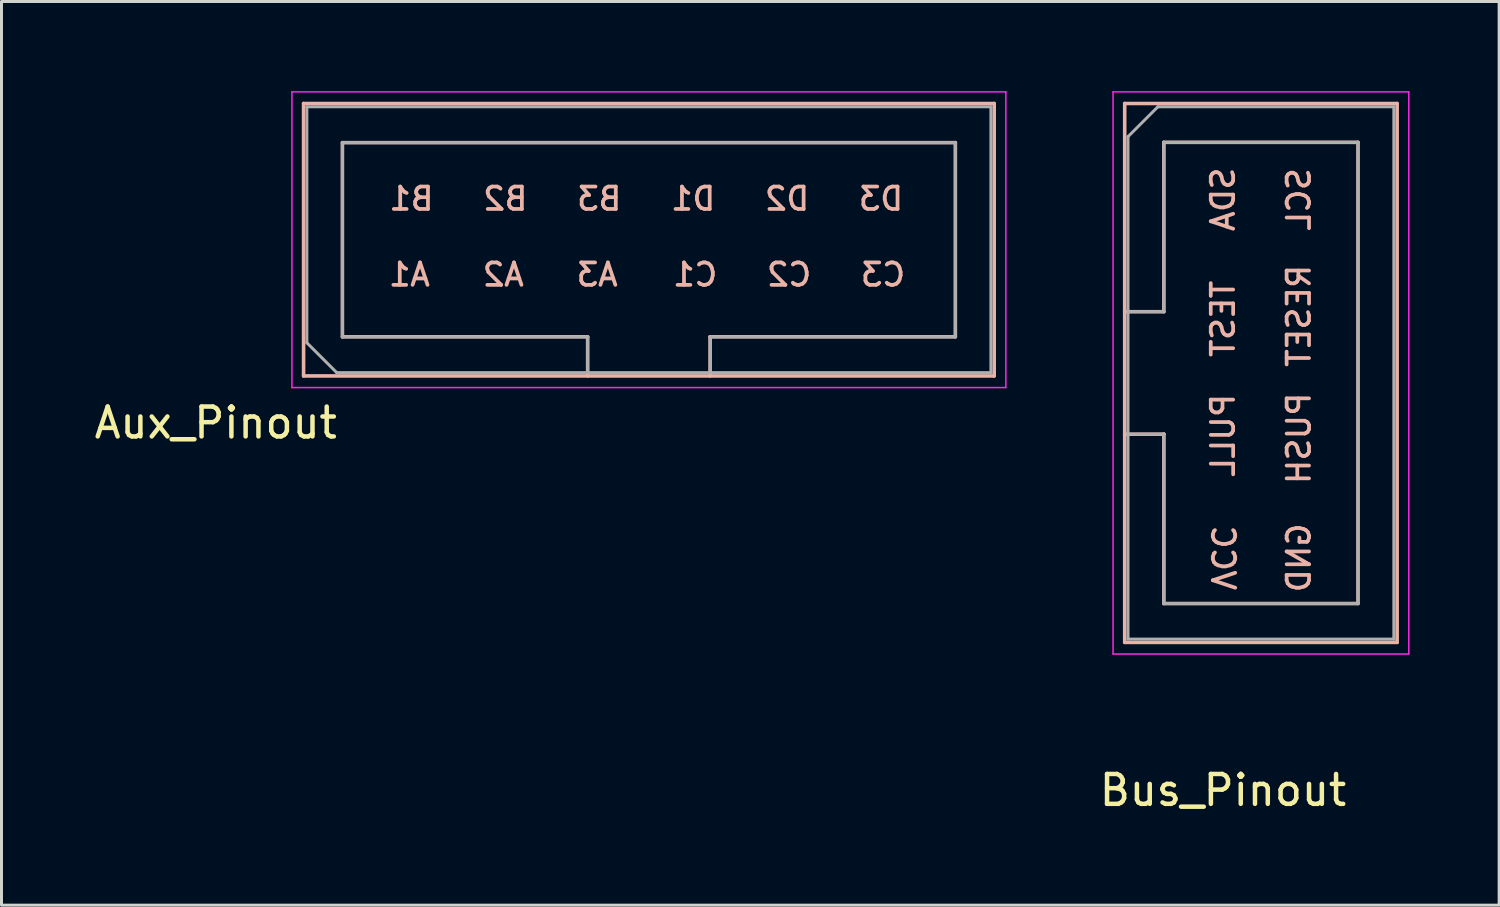
<source format=kicad_pcb>
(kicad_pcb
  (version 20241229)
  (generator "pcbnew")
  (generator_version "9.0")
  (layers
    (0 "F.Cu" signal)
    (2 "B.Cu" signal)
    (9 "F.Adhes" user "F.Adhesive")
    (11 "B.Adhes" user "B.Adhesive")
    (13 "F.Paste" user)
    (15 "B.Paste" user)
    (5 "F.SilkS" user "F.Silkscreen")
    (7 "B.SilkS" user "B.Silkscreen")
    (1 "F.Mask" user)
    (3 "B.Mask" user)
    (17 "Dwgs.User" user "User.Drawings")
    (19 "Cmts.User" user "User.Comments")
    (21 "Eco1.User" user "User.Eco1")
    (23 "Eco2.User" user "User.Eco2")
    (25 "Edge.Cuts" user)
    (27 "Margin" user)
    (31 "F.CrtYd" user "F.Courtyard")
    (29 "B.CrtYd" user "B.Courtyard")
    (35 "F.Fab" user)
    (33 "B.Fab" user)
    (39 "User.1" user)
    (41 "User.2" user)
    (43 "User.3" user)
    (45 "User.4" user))
  (footprint "Bus_Pinout"
    (layer "F.Cu")
    (at 37.892 5.625)
    (property "Reference" "Bus_Pinout" (at 0 17.78 0) (layer "F.SilkS") (effects (font (size 1 1) (thickness 0.15))))
    (attr through_hole)
    (fp_line (start -3.29 -5.21) (end 5.83 -5.21) (stroke (width 0.12) (type solid)) (layer "B.SilkS"))
    (fp_line (start -3.29 1.76) (end -1.98 1.76) (stroke (width 0.12) (type solid)) (layer "B.SilkS"))
    (fp_line (start -3.29 12.83) (end -3.29 -5.21) (stroke (width 0.12) (type solid)) (layer "B.SilkS"))
    (fp_line (start -1.98 -3.91) (end 4.52 -3.91) (stroke (width 0.12) (type solid)) (layer "B.SilkS"))
    (fp_line (start -1.98 1.76) (end -1.98 -3.91) (stroke (width 0.12) (type solid)) (layer "B.SilkS"))
    (fp_line (start -1.98 5.86) (end -3.29 5.86) (stroke (width 0.12) (type solid)) (layer "B.SilkS"))
    (fp_line (start -1.98 5.86) (end -1.98 5.86) (stroke (width 0.12) (type solid)) (layer "B.SilkS"))
    (fp_line (start -1.98 11.53) (end -1.98 5.86) (stroke (width 0.12) (type solid)) (layer "B.SilkS"))
    (fp_line (start 4.52 -3.91) (end 4.52 11.53) (stroke (width 0.12) (type solid)) (layer "B.SilkS"))
    (fp_line (start 4.52 11.53) (end -1.98 11.53) (stroke (width 0.12) (type solid)) (layer "B.SilkS"))
    (fp_line (start 5.83 -5.21) (end 5.83 12.83) (stroke (width 0.12) (type solid)) (layer "B.SilkS"))
    (fp_line (start 5.83 12.83) (end -3.29 12.83) (stroke (width 0.12) (type solid)) (layer "B.SilkS"))
    (fp_line (start -3.68 -5.6) (end -3.68 13.22) (stroke (width 0.05) (type solid)) (layer "F.CrtYd"))
    (fp_line (start -3.68 13.22) (end 6.22 13.22) (stroke (width 0.05) (type solid)) (layer "F.CrtYd"))
    (fp_line (start 6.22 -5.6) (end -3.68 -5.6) (stroke (width 0.05) (type solid)) (layer "F.CrtYd"))
    (fp_line (start 6.22 13.22) (end 6.22 -5.6) (stroke (width 0.05) (type solid)) (layer "F.CrtYd"))
    (fp_line (start -3.18 -4.1) (end -2.18 -5.1) (stroke (width 0.1) (type solid)) (layer "F.Fab"))
    (fp_line (start -3.18 1.76) (end -1.98 1.76) (stroke (width 0.1) (type solid)) (layer "F.Fab"))
    (fp_line (start -3.18 12.72) (end -3.18 -4.1) (stroke (width 0.1) (type solid)) (layer "F.Fab"))
    (fp_line (start -2.18 -5.1) (end 5.72 -5.1) (stroke (width 0.1) (type solid)) (layer "F.Fab"))
    (fp_line (start -1.98 -3.91) (end 4.52 -3.91) (stroke (width 0.1) (type solid)) (layer "F.Fab"))
    (fp_line (start -1.98 1.76) (end -1.98 -3.91) (stroke (width 0.1) (type solid)) (layer "F.Fab"))
    (fp_line (start -1.98 5.86) (end -3.18 5.86) (stroke (width 0.1) (type solid)) (layer "F.Fab"))
    (fp_line (start -1.98 5.86) (end -1.98 5.86) (stroke (width 0.1) (type solid)) (layer "F.Fab"))
    (fp_line (start -1.98 11.53) (end -1.98 5.86) (stroke (width 0.1) (type solid)) (layer "F.Fab"))
    (fp_line (start 4.52 -3.91) (end 4.52 11.53) (stroke (width 0.1) (type solid)) (layer "F.Fab"))
    (fp_line (start 4.52 11.53) (end -1.98 11.53) (stroke (width 0.1) (type solid)) (layer "F.Fab"))
    (fp_line (start 5.72 -5.1) (end 5.72 12.72) (stroke (width 0.1) (type solid)) (layer "F.Fab"))
    (fp_line (start 5.72 12.72) (end -3.18 12.72) (stroke (width 0.1) (type solid)) (layer "F.Fab"))
    (fp_text user "TEST" (at 0 2 270) (layer "B.SilkS") (effects (font (size 0.75 0.75) (thickness 0.125)) (justify mirror)))
    (fp_text user "RESET" (at 2.54 1.9 270) (layer "B.SilkS") (effects (font (size 0.75 0.75) (thickness 0.125)) (justify mirror)))
    (fp_text user "PUSH" (at 2.54 6 270) (layer "B.SilkS") (effects (font (size 0.75 0.75) (thickness 0.125)) (justify mirror)))
    (fp_text user "SCL" (at 2.54 -2 270) (layer "B.SilkS") (effects (font (size 0.75 0.75) (thickness 0.125)) (justify mirror)))
    (fp_text user "SDA" (at 0 -2 270) (layer "B.SilkS") (effects (font (size 0.75 0.75) (thickness 0.125)) (justify mirror)))
    (fp_text user "VCC" (at 0 10 270) (unlocked yes) (layer "B.SilkS") (effects (font (size 0.75 0.75) (thickness 0.125)) (justify mirror)))
    (fp_text user "PULL" (at 0 5.9 270) (layer "B.SilkS") (effects (font (size 0.75 0.75) (thickness 0.125)) (justify mirror)))
    (fp_text user "GND" (at 2.54 10 270) (layer "B.SilkS") (effects (font (size 0.75 0.75) (thickness 0.125)) (justify mirror))))
  (footprint "Aux_Pinout"
    (layer "F.Cu")
    (at 10.673 3.605)
    (property "Reference" "Aux_Pinout" (at -6.5 7.5 180) (layer "F.SilkS") (effects (font (size 1 1) (thickness 0.15))))
    (attr through_hole)
    (fp_line (start -3.56 -3.19) (end 19.56 -3.19) (stroke (width 0.12) (type solid)) (layer "B.SilkS"))
    (fp_line (start -3.56 5.93) (end -3.56 -3.19) (stroke (width 0.12) (type solid)) (layer "B.SilkS"))
    (fp_line (start -2.26 -1.88) (end 18.26 -1.88) (stroke (width 0.12) (type solid)) (layer "B.SilkS"))
    (fp_line (start -2.26 4.62) (end -2.26 -1.88) (stroke (width 0.12) (type solid)) (layer "B.SilkS"))
    (fp_line (start 5.95 4.62) (end -2.26 4.62) (stroke (width 0.12) (type solid)) (layer "B.SilkS"))
    (fp_line (start 5.95 5.93) (end 5.95 4.62) (stroke (width 0.12) (type solid)) (layer "B.SilkS"))
    (fp_line (start 10.05 4.62) (end 10.05 4.62) (stroke (width 0.12) (type solid)) (layer "B.SilkS"))
    (fp_line (start 10.05 4.62) (end 10.05 5.93) (stroke (width 0.12) (type solid)) (layer "B.SilkS"))
    (fp_line (start 18.26 -1.88) (end 18.26 4.62) (stroke (width 0.12) (type solid)) (layer "B.SilkS"))
    (fp_line (start 18.26 4.62) (end 10.05 4.62) (stroke (width 0.12) (type solid)) (layer "B.SilkS"))
    (fp_line (start 19.56 -3.19) (end 19.56 5.93) (stroke (width 0.12) (type solid)) (layer "B.SilkS"))
    (fp_line (start 19.56 5.93) (end -3.56 5.93) (stroke (width 0.12) (type solid)) (layer "B.SilkS"))
    (fp_line (start -3.95 -3.58) (end -3.95 6.32) (stroke (width 0.05) (type solid)) (layer "F.CrtYd"))
    (fp_line (start -3.95 6.32) (end 19.95 6.32) (stroke (width 0.05) (type solid)) (layer "F.CrtYd"))
    (fp_line (start 19.95 -3.58) (end -3.95 -3.58) (stroke (width 0.05) (type solid)) (layer "F.CrtYd"))
    (fp_line (start 19.95 6.32) (end 19.95 -3.58) (stroke (width 0.05) (type solid)) (layer "F.CrtYd"))
    (fp_line (start -3.45 -3.08) (end 19.45 -3.08) (stroke (width 0.1) (type solid)) (layer "F.Fab"))
    (fp_line (start -3.45 4.82) (end -3.45 -3.08) (stroke (width 0.1) (type solid)) (layer "F.Fab"))
    (fp_line (start -2.45 5.82) (end -3.45 4.82) (stroke (width 0.1) (type solid)) (layer "F.Fab"))
    (fp_line (start -2.26 -1.88) (end 18.26 -1.88) (stroke (width 0.1) (type solid)) (layer "F.Fab"))
    (fp_line (start -2.26 4.62) (end -2.26 -1.88) (stroke (width 0.1) (type solid)) (layer "F.Fab"))
    (fp_line (start 5.95 4.62) (end -2.26 4.62) (stroke (width 0.1) (type solid)) (layer "F.Fab"))
    (fp_line (start 5.95 5.82) (end 5.95 4.62) (stroke (width 0.1) (type solid)) (layer "F.Fab"))
    (fp_line (start 10.05 4.62) (end 10.05 4.62) (stroke (width 0.1) (type solid)) (layer "F.Fab"))
    (fp_line (start 10.05 4.62) (end 10.05 5.82) (stroke (width 0.1) (type solid)) (layer "F.Fab"))
    (fp_line (start 18.26 -1.88) (end 18.26 4.62) (stroke (width 0.1) (type solid)) (layer "F.Fab"))
    (fp_line (start 18.26 4.62) (end 10.05 4.62) (stroke (width 0.1) (type solid)) (layer "F.Fab"))
    (fp_line (start 19.45 -3.08) (end 19.45 5.82) (stroke (width 0.1) (type solid)) (layer "F.Fab"))
    (fp_line (start 19.45 5.82) (end -2.45 5.82) (stroke (width 0.1) (type solid)) (layer "F.Fab"))
    (fp_text user "A3" (at 6.27 2.54 180) (layer "B.SilkS") (effects (font (size 0.75 0.75) (thickness 0.125)) (justify mirror)))
    (fp_text user "A2" (at 3.126 2.54 180) (layer "B.SilkS") (effects (font (size 0.75 0.75) (thickness 0.125)) (justify mirror)))
    (fp_text user "B2" (at 3.194 0 180) (layer "B.SilkS") (effects (font (size 0.75 0.75) (thickness 0.125)) (justify mirror)))
    (fp_text user "A1" (at -0.018 2.54 180) (layer "B.SilkS") (effects (font (size 0.75 0.75) (thickness 0.125)) (justify mirror)))
    (fp_text user "B3" (at 6.338 0 180) (layer "B.SilkS") (effects (font (size 0.75 0.75) (thickness 0.125)) (justify mirror)))
    (fp_text user "B1" (at 0.05 0 180) (layer "B.SilkS") (effects (font (size 0.75 0.75) (thickness 0.125)) (justify mirror)))
    (fp_text user "C2" (at 12.694 2.54 180) (layer "B.SilkS") (effects (font (size 0.75 0.75) (thickness 0.125)) (justify mirror)))
    (fp_text user "D3" (at 15.77 0 180) (layer "B.SilkS") (effects (font (size 0.75 0.75) (thickness 0.125)) (justify mirror)))
    (fp_text user "C1" (at 9.55 2.54 180) (layer "B.SilkS") (effects (font (size 0.75 0.75) (thickness 0.125)) (justify mirror)))
    (fp_text user "D1" (at 9.482 0 180) (layer "B.SilkS") (effects (font (size 0.75 0.75) (thickness 0.125)) (justify mirror)))
    (fp_text user "D2" (at 12.626 0 180) (layer "B.SilkS") (effects (font (size 0.75 0.75) (thickness 0.125)) (justify mirror)))
    (fp_text user "C3" (at 15.838 2.54 180) (layer "B.SilkS") (effects (font (size 0.75 0.75) (thickness 0.125)) (justify mirror))))
  (gr_rect
    (start -3 -3)
    (end 47.137 27.253)
    (stroke (width 0.1) (type default))
    (fill no)
    (layer "Edge.Cuts")))
</source>
